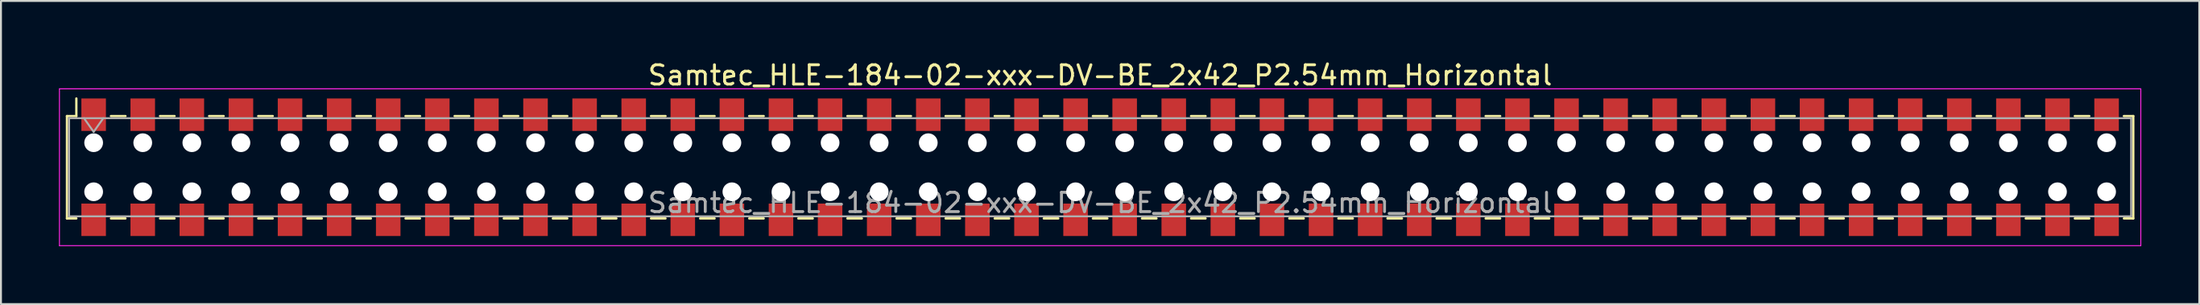
<source format=kicad_pcb>
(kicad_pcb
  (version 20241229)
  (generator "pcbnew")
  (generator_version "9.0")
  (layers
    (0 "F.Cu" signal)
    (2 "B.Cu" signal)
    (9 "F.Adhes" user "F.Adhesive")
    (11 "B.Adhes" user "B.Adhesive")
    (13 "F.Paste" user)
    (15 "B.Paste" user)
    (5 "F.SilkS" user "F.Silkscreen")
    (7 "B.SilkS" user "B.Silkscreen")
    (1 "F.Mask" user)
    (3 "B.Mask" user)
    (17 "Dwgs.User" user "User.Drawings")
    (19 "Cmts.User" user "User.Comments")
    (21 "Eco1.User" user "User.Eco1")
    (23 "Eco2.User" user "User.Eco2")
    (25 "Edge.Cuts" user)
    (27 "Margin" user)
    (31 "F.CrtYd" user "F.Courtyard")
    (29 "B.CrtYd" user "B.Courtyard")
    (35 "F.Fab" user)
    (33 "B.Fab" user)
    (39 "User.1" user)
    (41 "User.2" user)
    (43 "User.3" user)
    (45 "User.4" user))
  (footprint "Samtec_HLE-184-02-xxx-DV-BE_2x42_P2.54mm_Horizontal"
    (layer "F.Cu")
    (at 53.865 5.608)
    (property "Reference" "Samtec_HLE-184-02-xxx-DV-BE_2x42_P2.54mm_Horizontal" (at 0 -4.76 0) (layer "F.SilkS") (effects (font (size 1 1) (thickness 0.15))))
    (attr smd)
    (fp_line (start -53.45 -2.65) (end -53.45 2.65) (stroke (width 0.12) (type solid)) (layer "F.SilkS"))
    (fp_line (start -53.45 2.65) (end -52.965 2.65) (stroke (width 0.12) (type solid)) (layer "F.SilkS"))
    (fp_line (start -52.965 -3.56) (end -52.965 -2.65) (stroke (width 0.12) (type solid)) (layer "F.SilkS"))
    (fp_line (start -52.965 -2.65) (end -53.45 -2.65) (stroke (width 0.12) (type solid)) (layer "F.SilkS"))
    (fp_line (start -51.175 -2.65) (end -50.425 -2.65) (stroke (width 0.12) (type solid)) (layer "F.SilkS"))
    (fp_line (start -51.175 2.65) (end -50.425 2.65) (stroke (width 0.12) (type solid)) (layer "F.SilkS"))
    (fp_line (start -48.635 -2.65) (end -47.885 -2.65) (stroke (width 0.12) (type solid)) (layer "F.SilkS"))
    (fp_line (start -48.635 2.65) (end -47.885 2.65) (stroke (width 0.12) (type solid)) (layer "F.SilkS"))
    (fp_line (start -46.095 -2.65) (end -45.345 -2.65) (stroke (width 0.12) (type solid)) (layer "F.SilkS"))
    (fp_line (start -46.095 2.65) (end -45.345 2.65) (stroke (width 0.12) (type solid)) (layer "F.SilkS"))
    (fp_line (start -43.555 -2.65) (end -42.805 -2.65) (stroke (width 0.12) (type solid)) (layer "F.SilkS"))
    (fp_line (start -43.555 2.65) (end -42.805 2.65) (stroke (width 0.12) (type solid)) (layer "F.SilkS"))
    (fp_line (start -41.015 -2.65) (end -40.265 -2.65) (stroke (width 0.12) (type solid)) (layer "F.SilkS"))
    (fp_line (start -41.015 2.65) (end -40.265 2.65) (stroke (width 0.12) (type solid)) (layer "F.SilkS"))
    (fp_line (start -38.475 -2.65) (end -37.725 -2.65) (stroke (width 0.12) (type solid)) (layer "F.SilkS"))
    (fp_line (start -38.475 2.65) (end -37.725 2.65) (stroke (width 0.12) (type solid)) (layer "F.SilkS"))
    (fp_line (start -35.935 -2.65) (end -35.185 -2.65) (stroke (width 0.12) (type solid)) (layer "F.SilkS"))
    (fp_line (start -35.935 2.65) (end -35.185 2.65) (stroke (width 0.12) (type solid)) (layer "F.SilkS"))
    (fp_line (start -33.395 -2.65) (end -32.645 -2.65) (stroke (width 0.12) (type solid)) (layer "F.SilkS"))
    (fp_line (start -33.395 2.65) (end -32.645 2.65) (stroke (width 0.12) (type solid)) (layer "F.SilkS"))
    (fp_line (start -30.855 -2.65) (end -30.105 -2.65) (stroke (width 0.12) (type solid)) (layer "F.SilkS"))
    (fp_line (start -30.855 2.65) (end -30.105 2.65) (stroke (width 0.12) (type solid)) (layer "F.SilkS"))
    (fp_line (start -28.315 -2.65) (end -27.565 -2.65) (stroke (width 0.12) (type solid)) (layer "F.SilkS"))
    (fp_line (start -28.315 2.65) (end -27.565 2.65) (stroke (width 0.12) (type solid)) (layer "F.SilkS"))
    (fp_line (start -25.775 -2.65) (end -25.025 -2.65) (stroke (width 0.12) (type solid)) (layer "F.SilkS"))
    (fp_line (start -25.775 2.65) (end -25.025 2.65) (stroke (width 0.12) (type solid)) (layer "F.SilkS"))
    (fp_line (start -23.235 -2.65) (end -22.485 -2.65) (stroke (width 0.12) (type solid)) (layer "F.SilkS"))
    (fp_line (start -23.235 2.65) (end -22.485 2.65) (stroke (width 0.12) (type solid)) (layer "F.SilkS"))
    (fp_line (start -20.695 -2.65) (end -19.945 -2.65) (stroke (width 0.12) (type solid)) (layer "F.SilkS"))
    (fp_line (start -20.695 2.65) (end -19.945 2.65) (stroke (width 0.12) (type solid)) (layer "F.SilkS"))
    (fp_line (start -18.155 -2.65) (end -17.405 -2.65) (stroke (width 0.12) (type solid)) (layer "F.SilkS"))
    (fp_line (start -18.155 2.65) (end -17.405 2.65) (stroke (width 0.12) (type solid)) (layer "F.SilkS"))
    (fp_line (start -15.615 -2.65) (end -14.865 -2.65) (stroke (width 0.12) (type solid)) (layer "F.SilkS"))
    (fp_line (start -15.615 2.65) (end -14.865 2.65) (stroke (width 0.12) (type solid)) (layer "F.SilkS"))
    (fp_line (start -13.075 -2.65) (end -12.325 -2.65) (stroke (width 0.12) (type solid)) (layer "F.SilkS"))
    (fp_line (start -13.075 2.65) (end -12.325 2.65) (stroke (width 0.12) (type solid)) (layer "F.SilkS"))
    (fp_line (start -10.535 -2.65) (end -9.785 -2.65) (stroke (width 0.12) (type solid)) (layer "F.SilkS"))
    (fp_line (start -10.535 2.65) (end -9.785 2.65) (stroke (width 0.12) (type solid)) (layer "F.SilkS"))
    (fp_line (start -7.995 -2.65) (end -7.245 -2.65) (stroke (width 0.12) (type solid)) (layer "F.SilkS"))
    (fp_line (start -7.995 2.65) (end -7.245 2.65) (stroke (width 0.12) (type solid)) (layer "F.SilkS"))
    (fp_line (start -5.455 -2.65) (end -4.705 -2.65) (stroke (width 0.12) (type solid)) (layer "F.SilkS"))
    (fp_line (start -5.455 2.65) (end -4.705 2.65) (stroke (width 0.12) (type solid)) (layer "F.SilkS"))
    (fp_line (start -2.915 -2.65) (end -2.165 -2.65) (stroke (width 0.12) (type solid)) (layer "F.SilkS"))
    (fp_line (start -2.915 2.65) (end -2.165 2.65) (stroke (width 0.12) (type solid)) (layer "F.SilkS"))
    (fp_line (start -0.375 -2.65) (end 0.375 -2.65) (stroke (width 0.12) (type solid)) (layer "F.SilkS"))
    (fp_line (start -0.375 2.65) (end 0.375 2.65) (stroke (width 0.12) (type solid)) (layer "F.SilkS"))
    (fp_line (start 2.165 -2.65) (end 2.915 -2.65) (stroke (width 0.12) (type solid)) (layer "F.SilkS"))
    (fp_line (start 2.165 2.65) (end 2.915 2.65) (stroke (width 0.12) (type solid)) (layer "F.SilkS"))
    (fp_line (start 4.705 -2.65) (end 5.455 -2.65) (stroke (width 0.12) (type solid)) (layer "F.SilkS"))
    (fp_line (start 4.705 2.65) (end 5.455 2.65) (stroke (width 0.12) (type solid)) (layer "F.SilkS"))
    (fp_line (start 7.245 -2.65) (end 7.995 -2.65) (stroke (width 0.12) (type solid)) (layer "F.SilkS"))
    (fp_line (start 7.245 2.65) (end 7.995 2.65) (stroke (width 0.12) (type solid)) (layer "F.SilkS"))
    (fp_line (start 9.785 -2.65) (end 10.535 -2.65) (stroke (width 0.12) (type solid)) (layer "F.SilkS"))
    (fp_line (start 9.785 2.65) (end 10.535 2.65) (stroke (width 0.12) (type solid)) (layer "F.SilkS"))
    (fp_line (start 12.325 -2.65) (end 13.075 -2.65) (stroke (width 0.12) (type solid)) (layer "F.SilkS"))
    (fp_line (start 12.325 2.65) (end 13.075 2.65) (stroke (width 0.12) (type solid)) (layer "F.SilkS"))
    (fp_line (start 14.865 -2.65) (end 15.615 -2.65) (stroke (width 0.12) (type solid)) (layer "F.SilkS"))
    (fp_line (start 14.865 2.65) (end 15.615 2.65) (stroke (width 0.12) (type solid)) (layer "F.SilkS"))
    (fp_line (start 17.405 -2.65) (end 18.155 -2.65) (stroke (width 0.12) (type solid)) (layer "F.SilkS"))
    (fp_line (start 17.405 2.65) (end 18.155 2.65) (stroke (width 0.12) (type solid)) (layer "F.SilkS"))
    (fp_line (start 19.945 -2.65) (end 20.695 -2.65) (stroke (width 0.12) (type solid)) (layer "F.SilkS"))
    (fp_line (start 19.945 2.65) (end 20.695 2.65) (stroke (width 0.12) (type solid)) (layer "F.SilkS"))
    (fp_line (start 22.485 -2.65) (end 23.235 -2.65) (stroke (width 0.12) (type solid)) (layer "F.SilkS"))
    (fp_line (start 22.485 2.65) (end 23.235 2.65) (stroke (width 0.12) (type solid)) (layer "F.SilkS"))
    (fp_line (start 25.025 -2.65) (end 25.775 -2.65) (stroke (width 0.12) (type solid)) (layer "F.SilkS"))
    (fp_line (start 25.025 2.65) (end 25.775 2.65) (stroke (width 0.12) (type solid)) (layer "F.SilkS"))
    (fp_line (start 27.565 -2.65) (end 28.315 -2.65) (stroke (width 0.12) (type solid)) (layer "F.SilkS"))
    (fp_line (start 27.565 2.65) (end 28.315 2.65) (stroke (width 0.12) (type solid)) (layer "F.SilkS"))
    (fp_line (start 30.105 -2.65) (end 30.855 -2.65) (stroke (width 0.12) (type solid)) (layer "F.SilkS"))
    (fp_line (start 30.105 2.65) (end 30.855 2.65) (stroke (width 0.12) (type solid)) (layer "F.SilkS"))
    (fp_line (start 32.645 -2.65) (end 33.395 -2.65) (stroke (width 0.12) (type solid)) (layer "F.SilkS"))
    (fp_line (start 32.645 2.65) (end 33.395 2.65) (stroke (width 0.12) (type solid)) (layer "F.SilkS"))
    (fp_line (start 35.185 -2.65) (end 35.935 -2.65) (stroke (width 0.12) (type solid)) (layer "F.SilkS"))
    (fp_line (start 35.185 2.65) (end 35.935 2.65) (stroke (width 0.12) (type solid)) (layer "F.SilkS"))
    (fp_line (start 37.725 -2.65) (end 38.475 -2.65) (stroke (width 0.12) (type solid)) (layer "F.SilkS"))
    (fp_line (start 37.725 2.65) (end 38.475 2.65) (stroke (width 0.12) (type solid)) (layer "F.SilkS"))
    (fp_line (start 40.265 -2.65) (end 41.015 -2.65) (stroke (width 0.12) (type solid)) (layer "F.SilkS"))
    (fp_line (start 40.265 2.65) (end 41.015 2.65) (stroke (width 0.12) (type solid)) (layer "F.SilkS"))
    (fp_line (start 42.805 -2.65) (end 43.555 -2.65) (stroke (width 0.12) (type solid)) (layer "F.SilkS"))
    (fp_line (start 42.805 2.65) (end 43.555 2.65) (stroke (width 0.12) (type solid)) (layer "F.SilkS"))
    (fp_line (start 45.345 -2.65) (end 46.095 -2.65) (stroke (width 0.12) (type solid)) (layer "F.SilkS"))
    (fp_line (start 45.345 2.65) (end 46.095 2.65) (stroke (width 0.12) (type solid)) (layer "F.SilkS"))
    (fp_line (start 47.885 -2.65) (end 48.635 -2.65) (stroke (width 0.12) (type solid)) (layer "F.SilkS"))
    (fp_line (start 47.885 2.65) (end 48.635 2.65) (stroke (width 0.12) (type solid)) (layer "F.SilkS"))
    (fp_line (start 50.425 -2.65) (end 51.175 -2.65) (stroke (width 0.12) (type solid)) (layer "F.SilkS"))
    (fp_line (start 50.425 2.65) (end 51.175 2.65) (stroke (width 0.12) (type solid)) (layer "F.SilkS"))
    (fp_line (start 52.965 -2.65) (end 53.45 -2.65) (stroke (width 0.12) (type solid)) (layer "F.SilkS"))
    (fp_line (start 53.45 -2.65) (end 53.45 2.65) (stroke (width 0.12) (type solid)) (layer "F.SilkS"))
    (fp_line (start 53.45 2.65) (end 52.965 2.65) (stroke (width 0.12) (type solid)) (layer "F.SilkS"))
    (fp_line (start -53.84 -4.06) (end 53.84 -4.06) (stroke (width 0.05) (type solid)) (layer "F.CrtYd"))
    (fp_line (start -53.84 4.06) (end -53.84 -4.06) (stroke (width 0.05) (type solid)) (layer "F.CrtYd"))
    (fp_line (start 53.84 -4.06) (end 53.84 4.06) (stroke (width 0.05) (type solid)) (layer "F.CrtYd"))
    (fp_line (start 53.84 4.06) (end -53.84 4.06) (stroke (width 0.05) (type solid)) (layer "F.CrtYd"))
    (fp_line (start -53.34 -2.54) (end 53.34 -2.54) (stroke (width 0.1) (type solid)) (layer "F.Fab"))
    (fp_line (start -53.34 2.54) (end -53.34 -2.54) (stroke (width 0.1) (type solid)) (layer "F.Fab"))
    (fp_line (start -52.57 -2.54) (end -52.07 -1.833) (stroke (width 0.1) (type solid)) (layer "F.Fab"))
    (fp_line (start -52.07 -1.833) (end -51.57 -2.54) (stroke (width 0.1) (type solid)) (layer "F.Fab"))
    (fp_line (start 53.34 -2.54) (end 53.34 2.54) (stroke (width 0.1) (type solid)) (layer "F.Fab"))
    (fp_line (start 53.34 2.54) (end -53.34 2.54) (stroke (width 0.1) (type solid)) (layer "F.Fab"))
    (fp_text user "${REFERENCE}" (at 0 1.84 0) (layer "F.Fab") (effects (font (size 1 1) (thickness 0.15))))
    (pad "" np_thru_hole circle (at -52.07 -1.27) (size 0.97 0.97) (drill 0.97) (layers "*.Cu" "*.Mask"))
    (pad "" np_thru_hole circle (at -52.07 1.27) (size 0.97 0.97) (drill 0.97) (layers "*.Cu" "*.Mask"))
    (pad "" np_thru_hole circle (at -49.53 -1.27) (size 0.97 0.97) (drill 0.97) (layers "*.Cu" "*.Mask"))
    (pad "" np_thru_hole circle (at -49.53 1.27) (size 0.97 0.97) (drill 0.97) (layers "*.Cu" "*.Mask"))
    (pad "" np_thru_hole circle (at -46.99 -1.27) (size 0.97 0.97) (drill 0.97) (layers "*.Cu" "*.Mask"))
    (pad "" np_thru_hole circle (at -46.99 1.27) (size 0.97 0.97) (drill 0.97) (layers "*.Cu" "*.Mask"))
    (pad "" np_thru_hole circle (at -44.45 -1.27) (size 0.97 0.97) (drill 0.97) (layers "*.Cu" "*.Mask"))
    (pad "" np_thru_hole circle (at -44.45 1.27) (size 0.97 0.97) (drill 0.97) (layers "*.Cu" "*.Mask"))
    (pad "" np_thru_hole circle (at -41.91 -1.27) (size 0.97 0.97) (drill 0.97) (layers "*.Cu" "*.Mask"))
    (pad "" np_thru_hole circle (at -41.91 1.27) (size 0.97 0.97) (drill 0.97) (layers "*.Cu" "*.Mask"))
    (pad "" np_thru_hole circle (at -39.37 -1.27) (size 0.97 0.97) (drill 0.97) (layers "*.Cu" "*.Mask"))
    (pad "" np_thru_hole circle (at -39.37 1.27) (size 0.97 0.97) (drill 0.97) (layers "*.Cu" "*.Mask"))
    (pad "" np_thru_hole circle (at -36.83 -1.27) (size 0.97 0.97) (drill 0.97) (layers "*.Cu" "*.Mask"))
    (pad "" np_thru_hole circle (at -36.83 1.27) (size 0.97 0.97) (drill 0.97) (layers "*.Cu" "*.Mask"))
    (pad "" np_thru_hole circle (at -34.29 -1.27) (size 0.97 0.97) (drill 0.97) (layers "*.Cu" "*.Mask"))
    (pad "" np_thru_hole circle (at -34.29 1.27) (size 0.97 0.97) (drill 0.97) (layers "*.Cu" "*.Mask"))
    (pad "" np_thru_hole circle (at -31.75 -1.27) (size 0.97 0.97) (drill 0.97) (layers "*.Cu" "*.Mask"))
    (pad "" np_thru_hole circle (at -31.75 1.27) (size 0.97 0.97) (drill 0.97) (layers "*.Cu" "*.Mask"))
    (pad "" np_thru_hole circle (at -29.21 -1.27) (size 0.97 0.97) (drill 0.97) (layers "*.Cu" "*.Mask"))
    (pad "" np_thru_hole circle (at -29.21 1.27) (size 0.97 0.97) (drill 0.97) (layers "*.Cu" "*.Mask"))
    (pad "" np_thru_hole circle (at -26.67 -1.27) (size 0.97 0.97) (drill 0.97) (layers "*.Cu" "*.Mask"))
    (pad "" np_thru_hole circle (at -26.67 1.27) (size 0.97 0.97) (drill 0.97) (layers "*.Cu" "*.Mask"))
    (pad "" np_thru_hole circle (at -24.13 -1.27) (size 0.97 0.97) (drill 0.97) (layers "*.Cu" "*.Mask"))
    (pad "" np_thru_hole circle (at -24.13 1.27) (size 0.97 0.97) (drill 0.97) (layers "*.Cu" "*.Mask"))
    (pad "" np_thru_hole circle (at -21.59 -1.27) (size 0.97 0.97) (drill 0.97) (layers "*.Cu" "*.Mask"))
    (pad "" np_thru_hole circle (at -21.59 1.27) (size 0.97 0.97) (drill 0.97) (layers "*.Cu" "*.Mask"))
    (pad "" np_thru_hole circle (at -19.05 -1.27) (size 0.97 0.97) (drill 0.97) (layers "*.Cu" "*.Mask"))
    (pad "" np_thru_hole circle (at -19.05 1.27) (size 0.97 0.97) (drill 0.97) (layers "*.Cu" "*.Mask"))
    (pad "" np_thru_hole circle (at -16.51 -1.27) (size 0.97 0.97) (drill 0.97) (layers "*.Cu" "*.Mask"))
    (pad "" np_thru_hole circle (at -16.51 1.27) (size 0.97 0.97) (drill 0.97) (layers "*.Cu" "*.Mask"))
    (pad "" np_thru_hole circle (at -13.97 -1.27) (size 0.97 0.97) (drill 0.97) (layers "*.Cu" "*.Mask"))
    (pad "" np_thru_hole circle (at -13.97 1.27) (size 0.97 0.97) (drill 0.97) (layers "*.Cu" "*.Mask"))
    (pad "" np_thru_hole circle (at -11.43 -1.27) (size 0.97 0.97) (drill 0.97) (layers "*.Cu" "*.Mask"))
    (pad "" np_thru_hole circle (at -11.43 1.27) (size 0.97 0.97) (drill 0.97) (layers "*.Cu" "*.Mask"))
    (pad "" np_thru_hole circle (at -8.89 -1.27) (size 0.97 0.97) (drill 0.97) (layers "*.Cu" "*.Mask"))
    (pad "" np_thru_hole circle (at -8.89 1.27) (size 0.97 0.97) (drill 0.97) (layers "*.Cu" "*.Mask"))
    (pad "" np_thru_hole circle (at -6.35 -1.27) (size 0.97 0.97) (drill 0.97) (layers "*.Cu" "*.Mask"))
    (pad "" np_thru_hole circle (at -6.35 1.27) (size 0.97 0.97) (drill 0.97) (layers "*.Cu" "*.Mask"))
    (pad "" np_thru_hole circle (at -3.81 -1.27) (size 0.97 0.97) (drill 0.97) (layers "*.Cu" "*.Mask"))
    (pad "" np_thru_hole circle (at -3.81 1.27) (size 0.97 0.97) (drill 0.97) (layers "*.Cu" "*.Mask"))
    (pad "" np_thru_hole circle (at -1.27 -1.27) (size 0.97 0.97) (drill 0.97) (layers "*.Cu" "*.Mask"))
    (pad "" np_thru_hole circle (at -1.27 1.27) (size 0.97 0.97) (drill 0.97) (layers "*.Cu" "*.Mask"))
    (pad "" np_thru_hole circle (at 1.27 -1.27) (size 0.97 0.97) (drill 0.97) (layers "*.Cu" "*.Mask"))
    (pad "" np_thru_hole circle (at 1.27 1.27) (size 0.97 0.97) (drill 0.97) (layers "*.Cu" "*.Mask"))
    (pad "" np_thru_hole circle (at 3.81 -1.27) (size 0.97 0.97) (drill 0.97) (layers "*.Cu" "*.Mask"))
    (pad "" np_thru_hole circle (at 3.81 1.27) (size 0.97 0.97) (drill 0.97) (layers "*.Cu" "*.Mask"))
    (pad "" np_thru_hole circle (at 6.35 -1.27) (size 0.97 0.97) (drill 0.97) (layers "*.Cu" "*.Mask"))
    (pad "" np_thru_hole circle (at 6.35 1.27) (size 0.97 0.97) (drill 0.97) (layers "*.Cu" "*.Mask"))
    (pad "" np_thru_hole circle (at 8.89 -1.27) (size 0.97 0.97) (drill 0.97) (layers "*.Cu" "*.Mask"))
    (pad "" np_thru_hole circle (at 8.89 1.27) (size 0.97 0.97) (drill 0.97) (layers "*.Cu" "*.Mask"))
    (pad "" np_thru_hole circle (at 11.43 -1.27) (size 0.97 0.97) (drill 0.97) (layers "*.Cu" "*.Mask"))
    (pad "" np_thru_hole circle (at 11.43 1.27) (size 0.97 0.97) (drill 0.97) (layers "*.Cu" "*.Mask"))
    (pad "" np_thru_hole circle (at 13.97 -1.27) (size 0.97 0.97) (drill 0.97) (layers "*.Cu" "*.Mask"))
    (pad "" np_thru_hole circle (at 13.97 1.27) (size 0.97 0.97) (drill 0.97) (layers "*.Cu" "*.Mask"))
    (pad "" np_thru_hole circle (at 16.51 -1.27) (size 0.97 0.97) (drill 0.97) (layers "*.Cu" "*.Mask"))
    (pad "" np_thru_hole circle (at 16.51 1.27) (size 0.97 0.97) (drill 0.97) (layers "*.Cu" "*.Mask"))
    (pad "" np_thru_hole circle (at 19.05 -1.27) (size 0.97 0.97) (drill 0.97) (layers "*.Cu" "*.Mask"))
    (pad "" np_thru_hole circle (at 19.05 1.27) (size 0.97 0.97) (drill 0.97) (layers "*.Cu" "*.Mask"))
    (pad "" np_thru_hole circle (at 21.59 -1.27) (size 0.97 0.97) (drill 0.97) (layers "*.Cu" "*.Mask"))
    (pad "" np_thru_hole circle (at 21.59 1.27) (size 0.97 0.97) (drill 0.97) (layers "*.Cu" "*.Mask"))
    (pad "" np_thru_hole circle (at 24.13 -1.27) (size 0.97 0.97) (drill 0.97) (layers "*.Cu" "*.Mask"))
    (pad "" np_thru_hole circle (at 24.13 1.27) (size 0.97 0.97) (drill 0.97) (layers "*.Cu" "*.Mask"))
    (pad "" np_thru_hole circle (at 26.67 -1.27) (size 0.97 0.97) (drill 0.97) (layers "*.Cu" "*.Mask"))
    (pad "" np_thru_hole circle (at 26.67 1.27) (size 0.97 0.97) (drill 0.97) (layers "*.Cu" "*.Mask"))
    (pad "" np_thru_hole circle (at 29.21 -1.27) (size 0.97 0.97) (drill 0.97) (layers "*.Cu" "*.Mask"))
    (pad "" np_thru_hole circle (at 29.21 1.27) (size 0.97 0.97) (drill 0.97) (layers "*.Cu" "*.Mask"))
    (pad "" np_thru_hole circle (at 31.75 -1.27) (size 0.97 0.97) (drill 0.97) (layers "*.Cu" "*.Mask"))
    (pad "" np_thru_hole circle (at 31.75 1.27) (size 0.97 0.97) (drill 0.97) (layers "*.Cu" "*.Mask"))
    (pad "" np_thru_hole circle (at 34.29 -1.27) (size 0.97 0.97) (drill 0.97) (layers "*.Cu" "*.Mask"))
    (pad "" np_thru_hole circle (at 34.29 1.27) (size 0.97 0.97) (drill 0.97) (layers "*.Cu" "*.Mask"))
    (pad "" np_thru_hole circle (at 36.83 -1.27) (size 0.97 0.97) (drill 0.97) (layers "*.Cu" "*.Mask"))
    (pad "" np_thru_hole circle (at 36.83 1.27) (size 0.97 0.97) (drill 0.97) (layers "*.Cu" "*.Mask"))
    (pad "" np_thru_hole circle (at 39.37 -1.27) (size 0.97 0.97) (drill 0.97) (layers "*.Cu" "*.Mask"))
    (pad "" np_thru_hole circle (at 39.37 1.27) (size 0.97 0.97) (drill 0.97) (layers "*.Cu" "*.Mask"))
    (pad "" np_thru_hole circle (at 41.91 -1.27) (size 0.97 0.97) (drill 0.97) (layers "*.Cu" "*.Mask"))
    (pad "" np_thru_hole circle (at 41.91 1.27) (size 0.97 0.97) (drill 0.97) (layers "*.Cu" "*.Mask"))
    (pad "" np_thru_hole circle (at 44.45 -1.27) (size 0.97 0.97) (drill 0.97) (layers "*.Cu" "*.Mask"))
    (pad "" np_thru_hole circle (at 44.45 1.27) (size 0.97 0.97) (drill 0.97) (layers "*.Cu" "*.Mask"))
    (pad "" np_thru_hole circle (at 46.99 -1.27) (size 0.97 0.97) (drill 0.97) (layers "*.Cu" "*.Mask"))
    (pad "" np_thru_hole circle (at 46.99 1.27) (size 0.97 0.97) (drill 0.97) (layers "*.Cu" "*.Mask"))
    (pad "" np_thru_hole circle (at 49.53 -1.27) (size 0.97 0.97) (drill 0.97) (layers "*.Cu" "*.Mask"))
    (pad "" np_thru_hole circle (at 49.53 1.27) (size 0.97 0.97) (drill 0.97) (layers "*.Cu" "*.Mask"))
    (pad "" np_thru_hole circle (at 52.07 -1.27) (size 0.97 0.97) (drill 0.97) (layers "*.Cu" "*.Mask"))
    (pad "" np_thru_hole circle (at 52.07 1.27) (size 0.97 0.97) (drill 0.97) (layers "*.Cu" "*.Mask"))
    (pad "1" smd rect (at -52.07 -2.72) (size 1.27 1.68) (layers "F.Cu" "F.Mask" "F.Paste"))
    (pad "2" smd rect (at -52.07 2.72) (size 1.27 1.68) (layers "F.Cu" "F.Mask" "F.Paste"))
    (pad "3" smd rect (at -49.53 -2.72) (size 1.27 1.68) (layers "F.Cu" "F.Mask" "F.Paste"))
    (pad "4" smd rect (at -49.53 2.72) (size 1.27 1.68) (layers "F.Cu" "F.Mask" "F.Paste"))
    (pad "5" smd rect (at -46.99 -2.72) (size 1.27 1.68) (layers "F.Cu" "F.Mask" "F.Paste"))
    (pad "6" smd rect (at -46.99 2.72) (size 1.27 1.68) (layers "F.Cu" "F.Mask" "F.Paste"))
    (pad "7" smd rect (at -44.45 -2.72) (size 1.27 1.68) (layers "F.Cu" "F.Mask" "F.Paste"))
    (pad "8" smd rect (at -44.45 2.72) (size 1.27 1.68) (layers "F.Cu" "F.Mask" "F.Paste"))
    (pad "9" smd rect (at -41.91 -2.72) (size 1.27 1.68) (layers "F.Cu" "F.Mask" "F.Paste"))
    (pad "10" smd rect (at -41.91 2.72) (size 1.27 1.68) (layers "F.Cu" "F.Mask" "F.Paste"))
    (pad "11" smd rect (at -39.37 -2.72) (size 1.27 1.68) (layers "F.Cu" "F.Mask" "F.Paste"))
    (pad "12" smd rect (at -39.37 2.72) (size 1.27 1.68) (layers "F.Cu" "F.Mask" "F.Paste"))
    (pad "13" smd rect (at -36.83 -2.72) (size 1.27 1.68) (layers "F.Cu" "F.Mask" "F.Paste"))
    (pad "14" smd rect (at -36.83 2.72) (size 1.27 1.68) (layers "F.Cu" "F.Mask" "F.Paste"))
    (pad "15" smd rect (at -34.29 -2.72) (size 1.27 1.68) (layers "F.Cu" "F.Mask" "F.Paste"))
    (pad "16" smd rect (at -34.29 2.72) (size 1.27 1.68) (layers "F.Cu" "F.Mask" "F.Paste"))
    (pad "17" smd rect (at -31.75 -2.72) (size 1.27 1.68) (layers "F.Cu" "F.Mask" "F.Paste"))
    (pad "18" smd rect (at -31.75 2.72) (size 1.27 1.68) (layers "F.Cu" "F.Mask" "F.Paste"))
    (pad "19" smd rect (at -29.21 -2.72) (size 1.27 1.68) (layers "F.Cu" "F.Mask" "F.Paste"))
    (pad "20" smd rect (at -29.21 2.72) (size 1.27 1.68) (layers "F.Cu" "F.Mask" "F.Paste"))
    (pad "21" smd rect (at -26.67 -2.72) (size 1.27 1.68) (layers "F.Cu" "F.Mask" "F.Paste"))
    (pad "22" smd rect (at -26.67 2.72) (size 1.27 1.68) (layers "F.Cu" "F.Mask" "F.Paste"))
    (pad "23" smd rect (at -24.13 -2.72) (size 1.27 1.68) (layers "F.Cu" "F.Mask" "F.Paste"))
    (pad "24" smd rect (at -24.13 2.72) (size 1.27 1.68) (layers "F.Cu" "F.Mask" "F.Paste"))
    (pad "25" smd rect (at -21.59 -2.72) (size 1.27 1.68) (layers "F.Cu" "F.Mask" "F.Paste"))
    (pad "26" smd rect (at -21.59 2.72) (size 1.27 1.68) (layers "F.Cu" "F.Mask" "F.Paste"))
    (pad "27" smd rect (at -19.05 -2.72) (size 1.27 1.68) (layers "F.Cu" "F.Mask" "F.Paste"))
    (pad "28" smd rect (at -19.05 2.72) (size 1.27 1.68) (layers "F.Cu" "F.Mask" "F.Paste"))
    (pad "29" smd rect (at -16.51 -2.72) (size 1.27 1.68) (layers "F.Cu" "F.Mask" "F.Paste"))
    (pad "30" smd rect (at -16.51 2.72) (size 1.27 1.68) (layers "F.Cu" "F.Mask" "F.Paste"))
    (pad "31" smd rect (at -13.97 -2.72) (size 1.27 1.68) (layers "F.Cu" "F.Mask" "F.Paste"))
    (pad "32" smd rect (at -13.97 2.72) (size 1.27 1.68) (layers "F.Cu" "F.Mask" "F.Paste"))
    (pad "33" smd rect (at -11.43 -2.72) (size 1.27 1.68) (layers "F.Cu" "F.Mask" "F.Paste"))
    (pad "34" smd rect (at -11.43 2.72) (size 1.27 1.68) (layers "F.Cu" "F.Mask" "F.Paste"))
    (pad "35" smd rect (at -8.89 -2.72) (size 1.27 1.68) (layers "F.Cu" "F.Mask" "F.Paste"))
    (pad "36" smd rect (at -8.89 2.72) (size 1.27 1.68) (layers "F.Cu" "F.Mask" "F.Paste"))
    (pad "37" smd rect (at -6.35 -2.72) (size 1.27 1.68) (layers "F.Cu" "F.Mask" "F.Paste"))
    (pad "38" smd rect (at -6.35 2.72) (size 1.27 1.68) (layers "F.Cu" "F.Mask" "F.Paste"))
    (pad "39" smd rect (at -3.81 -2.72) (size 1.27 1.68) (layers "F.Cu" "F.Mask" "F.Paste"))
    (pad "40" smd rect (at -3.81 2.72) (size 1.27 1.68) (layers "F.Cu" "F.Mask" "F.Paste"))
    (pad "41" smd rect (at -1.27 -2.72) (size 1.27 1.68) (layers "F.Cu" "F.Mask" "F.Paste"))
    (pad "42" smd rect (at -1.27 2.72) (size 1.27 1.68) (layers "F.Cu" "F.Mask" "F.Paste"))
    (pad "43" smd rect (at 1.27 -2.72) (size 1.27 1.68) (layers "F.Cu" "F.Mask" "F.Paste"))
    (pad "44" smd rect (at 1.27 2.72) (size 1.27 1.68) (layers "F.Cu" "F.Mask" "F.Paste"))
    (pad "45" smd rect (at 3.81 -2.72) (size 1.27 1.68) (layers "F.Cu" "F.Mask" "F.Paste"))
    (pad "46" smd rect (at 3.81 2.72) (size 1.27 1.68) (layers "F.Cu" "F.Mask" "F.Paste"))
    (pad "47" smd rect (at 6.35 -2.72) (size 1.27 1.68) (layers "F.Cu" "F.Mask" "F.Paste"))
    (pad "48" smd rect (at 6.35 2.72) (size 1.27 1.68) (layers "F.Cu" "F.Mask" "F.Paste"))
    (pad "49" smd rect (at 8.89 -2.72) (size 1.27 1.68) (layers "F.Cu" "F.Mask" "F.Paste"))
    (pad "50" smd rect (at 8.89 2.72) (size 1.27 1.68) (layers "F.Cu" "F.Mask" "F.Paste"))
    (pad "51" smd rect (at 11.43 -2.72) (size 1.27 1.68) (layers "F.Cu" "F.Mask" "F.Paste"))
    (pad "52" smd rect (at 11.43 2.72) (size 1.27 1.68) (layers "F.Cu" "F.Mask" "F.Paste"))
    (pad "53" smd rect (at 13.97 -2.72) (size 1.27 1.68) (layers "F.Cu" "F.Mask" "F.Paste"))
    (pad "54" smd rect (at 13.97 2.72) (size 1.27 1.68) (layers "F.Cu" "F.Mask" "F.Paste"))
    (pad "55" smd rect (at 16.51 -2.72) (size 1.27 1.68) (layers "F.Cu" "F.Mask" "F.Paste"))
    (pad "56" smd rect (at 16.51 2.72) (size 1.27 1.68) (layers "F.Cu" "F.Mask" "F.Paste"))
    (pad "57" smd rect (at 19.05 -2.72) (size 1.27 1.68) (layers "F.Cu" "F.Mask" "F.Paste"))
    (pad "58" smd rect (at 19.05 2.72) (size 1.27 1.68) (layers "F.Cu" "F.Mask" "F.Paste"))
    (pad "59" smd rect (at 21.59 -2.72) (size 1.27 1.68) (layers "F.Cu" "F.Mask" "F.Paste"))
    (pad "60" smd rect (at 21.59 2.72) (size 1.27 1.68) (layers "F.Cu" "F.Mask" "F.Paste"))
    (pad "61" smd rect (at 24.13 -2.72) (size 1.27 1.68) (layers "F.Cu" "F.Mask" "F.Paste"))
    (pad "62" smd rect (at 24.13 2.72) (size 1.27 1.68) (layers "F.Cu" "F.Mask" "F.Paste"))
    (pad "63" smd rect (at 26.67 -2.72) (size 1.27 1.68) (layers "F.Cu" "F.Mask" "F.Paste"))
    (pad "64" smd rect (at 26.67 2.72) (size 1.27 1.68) (layers "F.Cu" "F.Mask" "F.Paste"))
    (pad "65" smd rect (at 29.21 -2.72) (size 1.27 1.68) (layers "F.Cu" "F.Mask" "F.Paste"))
    (pad "66" smd rect (at 29.21 2.72) (size 1.27 1.68) (layers "F.Cu" "F.Mask" "F.Paste"))
    (pad "67" smd rect (at 31.75 -2.72) (size 1.27 1.68) (layers "F.Cu" "F.Mask" "F.Paste"))
    (pad "68" smd rect (at 31.75 2.72) (size 1.27 1.68) (layers "F.Cu" "F.Mask" "F.Paste"))
    (pad "69" smd rect (at 34.29 -2.72) (size 1.27 1.68) (layers "F.Cu" "F.Mask" "F.Paste"))
    (pad "70" smd rect (at 34.29 2.72) (size 1.27 1.68) (layers "F.Cu" "F.Mask" "F.Paste"))
    (pad "71" smd rect (at 36.83 -2.72) (size 1.27 1.68) (layers "F.Cu" "F.Mask" "F.Paste"))
    (pad "72" smd rect (at 36.83 2.72) (size 1.27 1.68) (layers "F.Cu" "F.Mask" "F.Paste"))
    (pad "73" smd rect (at 39.37 -2.72) (size 1.27 1.68) (layers "F.Cu" "F.Mask" "F.Paste"))
    (pad "74" smd rect (at 39.37 2.72) (size 1.27 1.68) (layers "F.Cu" "F.Mask" "F.Paste"))
    (pad "75" smd rect (at 41.91 -2.72) (size 1.27 1.68) (layers "F.Cu" "F.Mask" "F.Paste"))
    (pad "76" smd rect (at 41.91 2.72) (size 1.27 1.68) (layers "F.Cu" "F.Mask" "F.Paste"))
    (pad "77" smd rect (at 44.45 -2.72) (size 1.27 1.68) (layers "F.Cu" "F.Mask" "F.Paste"))
    (pad "78" smd rect (at 44.45 2.72) (size 1.27 1.68) (layers "F.Cu" "F.Mask" "F.Paste"))
    (pad "79" smd rect (at 46.99 -2.72) (size 1.27 1.68) (layers "F.Cu" "F.Mask" "F.Paste"))
    (pad "80" smd rect (at 46.99 2.72) (size 1.27 1.68) (layers "F.Cu" "F.Mask" "F.Paste"))
    (pad "81" smd rect (at 49.53 -2.72) (size 1.27 1.68) (layers "F.Cu" "F.Mask" "F.Paste"))
    (pad "82" smd rect (at 49.53 2.72) (size 1.27 1.68) (layers "F.Cu" "F.Mask" "F.Paste"))
    (pad "83" smd rect (at 52.07 -2.72) (size 1.27 1.68) (layers "F.Cu" "F.Mask" "F.Paste"))
    (pad "84" smd rect (at 52.07 2.72) (size 1.27 1.68) (layers "F.Cu" "F.Mask" "F.Paste")))
  (gr_rect
    (start -3 -3)
    (end 110.73 12.693)
    (stroke (width 0.1) (type default))
    (fill no)
    (layer "Edge.Cuts")))
</source>
